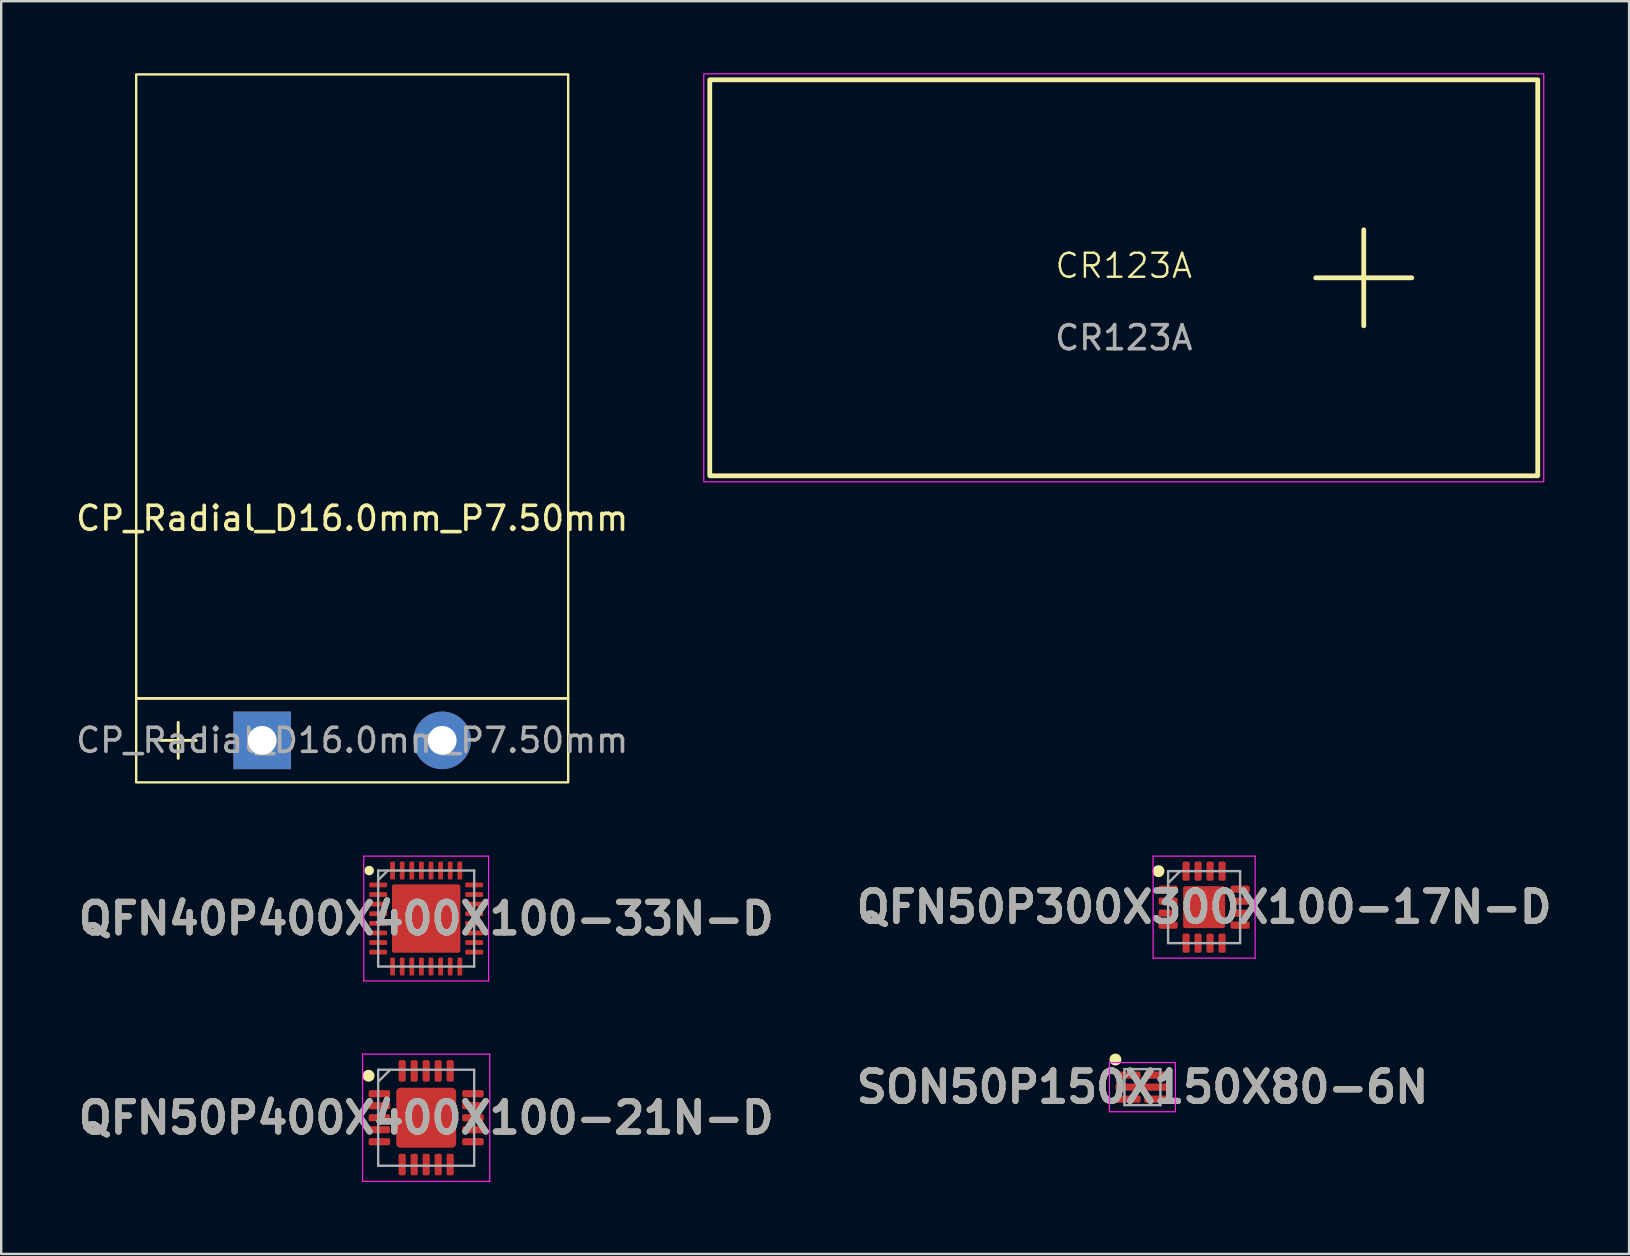
<source format=kicad_pcb>
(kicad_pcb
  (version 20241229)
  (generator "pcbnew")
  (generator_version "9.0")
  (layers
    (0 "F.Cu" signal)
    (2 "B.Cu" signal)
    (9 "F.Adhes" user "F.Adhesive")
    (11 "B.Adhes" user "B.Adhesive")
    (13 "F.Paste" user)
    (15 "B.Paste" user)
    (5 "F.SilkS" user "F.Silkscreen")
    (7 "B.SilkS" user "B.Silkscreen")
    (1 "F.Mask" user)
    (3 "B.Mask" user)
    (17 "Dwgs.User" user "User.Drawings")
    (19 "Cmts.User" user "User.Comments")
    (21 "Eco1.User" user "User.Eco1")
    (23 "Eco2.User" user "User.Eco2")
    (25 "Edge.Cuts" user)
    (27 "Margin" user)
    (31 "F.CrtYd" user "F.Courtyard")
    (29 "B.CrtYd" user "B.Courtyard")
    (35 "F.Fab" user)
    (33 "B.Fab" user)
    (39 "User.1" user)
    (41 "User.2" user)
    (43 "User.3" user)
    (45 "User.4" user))
  (footprint "CR123A"
    (layer "F.Cu")
    (at 43.775 8.525)
    (property "Reference" "CR123A" (at 0 -0.5 0) (unlocked yes) (layer "F.SilkS") (effects (font (size 1 1) (thickness 0.1))))
    (attr smd)
    (fp_line (start 10 -2) (end 10 2) (stroke (width 0.2) (type solid)) (layer "F.SilkS"))
    (fp_line (start 12 0) (end 8 0) (stroke (width 0.2) (type solid)) (layer "F.SilkS"))
    (fp_rect (start -17.25 -8.25) (end 17.25 8.25) (stroke (width 0.2) (type solid)) (fill no) (layer "F.SilkS"))
    (fp_rect (start -17.5 -8.5) (end 17.5 8.5) (stroke (width 0.05) (type default)) (fill no) (layer "F.CrtYd"))
    (fp_text user "${REFERENCE}" (at 0 2.5 0) (unlocked yes) (layer "F.Fab") (effects (font (size 1 1) (thickness 0.15)))))
  (footprint "QFN50P300X300X100-17N-D"
    (layer "F.Cu")
    (at 47.123 34.75)
    (property "Reference" "QFN50P300X300X100-17N-D" (at 0 0 0) (layer "F.SilkS") (effects (font (size 1.27 1.27) (thickness 0.254))))
    (attr smd)
    (fp_circle (center -1.9 -1.5) (end -1.9 -1.375) (stroke (width 0.25) (type solid)) (fill no) (layer "F.SilkS"))
    (fp_line (start -2.125 -2.125) (end 2.125 -2.125) (stroke (width 0.05) (type solid)) (layer "F.CrtYd"))
    (fp_line (start -2.125 2.125) (end -2.125 -2.125) (stroke (width 0.05) (type solid)) (layer "F.CrtYd"))
    (fp_line (start 2.125 -2.125) (end 2.125 2.125) (stroke (width 0.05) (type solid)) (layer "F.CrtYd"))
    (fp_line (start 2.125 2.125) (end -2.125 2.125) (stroke (width 0.05) (type solid)) (layer "F.CrtYd"))
    (fp_line (start -1.5 -1.5) (end 1.5 -1.5) (stroke (width 0.1) (type solid)) (layer "F.Fab"))
    (fp_line (start -1.5 -1) (end -1 -1.5) (stroke (width 0.1) (type solid)) (layer "F.Fab"))
    (fp_line (start -1.5 1.5) (end -1.5 -1.5) (stroke (width 0.1) (type solid)) (layer "F.Fab"))
    (fp_line (start 1.5 -1.5) (end 1.5 1.5) (stroke (width 0.1) (type solid)) (layer "F.Fab"))
    (fp_line (start 1.5 1.5) (end -1.5 1.5) (stroke (width 0.1) (type solid)) (layer "F.Fab"))
    (fp_text user "${REFERENCE}" (at 0 0 0) (layer "F.Fab") (effects (font (size 1.27 1.27) (thickness 0.254))))
    (pad "1" smd roundrect (at -1.5 -0.75 90) (size 0.3 0.8) (layers "F.Cu" "F.Mask" "F.Paste") (roundrect_rratio 0.25))
    (pad "2" smd roundrect (at -1.5 -0.25 90) (size 0.3 0.8) (layers "F.Cu" "F.Mask" "F.Paste") (roundrect_rratio 0.25))
    (pad "3" smd roundrect (at -1.5 0.25 90) (size 0.3 0.8) (layers "F.Cu" "F.Mask" "F.Paste") (roundrect_rratio 0.25))
    (pad "4" smd roundrect (at -1.5 0.75 90) (size 0.3 0.8) (layers "F.Cu" "F.Mask" "F.Paste") (roundrect_rratio 0.25))
    (pad "5" smd roundrect (at -0.75 1.5) (size 0.3 0.8) (layers "F.Cu" "F.Mask" "F.Paste") (roundrect_rratio 0.25))
    (pad "6" smd roundrect (at -0.25 1.5) (size 0.3 0.8) (layers "F.Cu" "F.Mask" "F.Paste") (roundrect_rratio 0.25))
    (pad "7" smd roundrect (at 0.25 1.5) (size 0.3 0.8) (layers "F.Cu" "F.Mask" "F.Paste") (roundrect_rratio 0.25))
    (pad "8" smd roundrect (at 0.75 1.5) (size 0.3 0.8) (layers "F.Cu" "F.Mask" "F.Paste") (roundrect_rratio 0.25))
    (pad "9" smd roundrect (at 1.5 0.75 90) (size 0.3 0.8) (layers "F.Cu" "F.Mask" "F.Paste") (roundrect_rratio 0.25))
    (pad "10" smd roundrect (at 1.5 0.25 90) (size 0.3 0.8) (layers "F.Cu" "F.Mask" "F.Paste") (roundrect_rratio 0.25))
    (pad "11" smd roundrect (at 1.5 -0.25 90) (size 0.3 0.8) (layers "F.Cu" "F.Mask" "F.Paste") (roundrect_rratio 0.25))
    (pad "12" smd roundrect (at 1.5 -0.75 90) (size 0.3 0.8) (layers "F.Cu" "F.Mask" "F.Paste") (roundrect_rratio 0.25))
    (pad "13" smd roundrect (at 0.75 -1.5) (size 0.3 0.8) (layers "F.Cu" "F.Mask" "F.Paste") (roundrect_rratio 0.25))
    (pad "14" smd roundrect (at 0.25 -1.5) (size 0.3 0.8) (layers "F.Cu" "F.Mask" "F.Paste") (roundrect_rratio 0.25))
    (pad "15" smd roundrect (at -0.25 -1.5) (size 0.3 0.8) (layers "F.Cu" "F.Mask" "F.Paste") (roundrect_rratio 0.25))
    (pad "16" smd roundrect (at -0.75 -1.5) (size 0.3 0.8) (layers "F.Cu" "F.Mask" "F.Paste") (roundrect_rratio 0.25))
    (pad "17" smd roundrect (at 0 0) (size 1.75 1.75) (layers "F.Cu" "F.Mask" "F.Paste") (roundrect_rratio 0.05)))
  (footprint "CP_Radial_D16.0mm_P7.50mm"
    (layer "F.Cu")
    (at 7.875 27.8)
    (property "Reference" "CP_Radial_D16.0mm_P7.50mm" (at 3.75 -9.25 0) (layer "F.SilkS") (effects (font (size 1 1) (thickness 0.15))))
    (attr through_hole)
    (fp_line (start -4.25 0) (end -2.75 0) (stroke (width 0.12) (type solid)) (layer "F.SilkS"))
    (fp_line (start -3.5 -0.75) (end -3.5 0.75) (stroke (width 0.12) (type solid)) (layer "F.SilkS"))
    (fp_rect (start -5.25 -27.75) (end 12.75 -1.75) (stroke (width 0.1) (type default)) (fill no) (layer "F.SilkS"))
    (fp_rect (start -5.25 -1.75) (end 12.75 1.75) (stroke (width 0.1) (type default)) (fill no) (layer "F.SilkS"))
    (fp_text user "${REFERENCE}" (at 3.75 0 0) (layer "F.Fab") (effects (font (size 1 1) (thickness 0.15))))
    (pad "1" thru_hole rect (at 0 0) (size 2.4 2.4) (drill 1.2) (layers "*.Cu" "*.Mask"))
    (pad "2" thru_hole circle (at 7.5 0) (size 2.4 2.4) (drill 1.2) (layers "*.Cu" "*.Mask")))
  (footprint "SON50P150X150X80-6N"
    (layer "F.Cu")
    (at 44.553 42.25)
    (property "Reference" "SON50P150X150X80-6N" (at 0 0 0) (layer "F.SilkS") (effects (font (size 1.27 1.27) (thickness 0.254))))
    (attr smd)
    (fp_circle (center -1.125 -1.15) (end -1.125 -1.025) (stroke (width 0.25) (type solid)) (fill no) (layer "F.SilkS"))
    (fp_line (start -1.375 -1.025) (end 1.375 -1.025) (stroke (width 0.05) (type solid)) (layer "F.CrtYd"))
    (fp_line (start -1.375 1.025) (end -1.375 -1.025) (stroke (width 0.05) (type solid)) (layer "F.CrtYd"))
    (fp_line (start 1.375 -1.025) (end 1.375 1.025) (stroke (width 0.05) (type solid)) (layer "F.CrtYd"))
    (fp_line (start 1.375 1.025) (end -1.375 1.025) (stroke (width 0.05) (type solid)) (layer "F.CrtYd"))
    (fp_line (start -0.75 -0.75) (end 0.75 -0.75) (stroke (width 0.1) (type solid)) (layer "F.Fab"))
    (fp_line (start -0.75 -0.375) (end -0.375 -0.75) (stroke (width 0.1) (type solid)) (layer "F.Fab"))
    (fp_line (start -0.75 0.75) (end -0.75 -0.75) (stroke (width 0.1) (type solid)) (layer "F.Fab"))
    (fp_line (start 0.75 -0.75) (end 0.75 0.75) (stroke (width 0.1) (type solid)) (layer "F.Fab"))
    (fp_line (start 0.75 0.75) (end -0.75 0.75) (stroke (width 0.1) (type solid)) (layer "F.Fab"))
    (fp_text user "${REFERENCE}" (at 0 0 0) (layer "F.Fab") (effects (font (size 1.27 1.27) (thickness 0.254))))
    (pad "1" smd roundrect (at -0.6 -0.5 90) (size 0.3 1.05) (layers "F.Cu" "F.Mask" "F.Paste") (roundrect_rratio 0.25))
    (pad "2" smd roundrect (at -0.6 0 90) (size 0.3 1.05) (layers "F.Cu" "F.Mask" "F.Paste") (roundrect_rratio 0.25))
    (pad "3" smd roundrect (at -0.6 0.5 90) (size 0.3 1.05) (layers "F.Cu" "F.Mask" "F.Paste") (roundrect_rratio 0.25))
    (pad "4" smd roundrect (at 0.6 0.5 90) (size 0.3 1.05) (layers "F.Cu" "F.Mask" "F.Paste") (roundrect_rratio 0.25))
    (pad "5" smd roundrect (at 0.6 0 90) (size 0.3 1.05) (layers "F.Cu" "F.Mask" "F.Paste") (roundrect_rratio 0.25))
    (pad "6" smd roundrect (at 0.6 -0.5 90) (size 0.3 1.05) (layers "F.Cu" "F.Mask" "F.Paste") (roundrect_rratio 0.25)))
  (footprint "QFN50P400X400X100-21N-D"
    (layer "F.Cu")
    (at 14.708 43.525)
    (property "Reference" "QFN50P400X400X100-21N-D" (at 0 0 0) (layer "F.SilkS") (effects (font (size 1.27 1.27) (thickness 0.254))))
    (attr smd)
    (fp_circle (center -2.4 -1.75) (end -2.4 -1.625) (stroke (width 0.25) (type solid)) (fill no) (layer "F.SilkS"))
    (fp_line (start -2.65 -2.65) (end 2.65 -2.65) (stroke (width 0.05) (type solid)) (layer "F.CrtYd"))
    (fp_line (start -2.65 2.65) (end -2.65 -2.65) (stroke (width 0.05) (type solid)) (layer "F.CrtYd"))
    (fp_line (start 2.65 -2.65) (end 2.65 2.65) (stroke (width 0.05) (type solid)) (layer "F.CrtYd"))
    (fp_line (start 2.65 2.65) (end -2.65 2.65) (stroke (width 0.05) (type solid)) (layer "F.CrtYd"))
    (fp_line (start -2 -2) (end 2 -2) (stroke (width 0.1) (type solid)) (layer "F.Fab"))
    (fp_line (start -2 -1.5) (end -1.5 -2) (stroke (width 0.1) (type solid)) (layer "F.Fab"))
    (fp_line (start -2 2) (end -2 -2) (stroke (width 0.1) (type solid)) (layer "F.Fab"))
    (fp_line (start 2 -2) (end 2 2) (stroke (width 0.1) (type solid)) (layer "F.Fab"))
    (fp_line (start 2 2) (end -2 2) (stroke (width 0.1) (type solid)) (layer "F.Fab"))
    (fp_text user "${REFERENCE}" (at 0 0 0) (layer "F.Fab") (effects (font (size 1.27 1.27) (thickness 0.254))))
    (pad "1" smd roundrect (at -1.95 -1 90) (size 0.3 0.9) (layers "F.Cu" "F.Mask" "F.Paste") (roundrect_rratio 0.25))
    (pad "2" smd roundrect (at -1.95 -0.5 90) (size 0.3 0.9) (layers "F.Cu" "F.Mask" "F.Paste") (roundrect_rratio 0.25))
    (pad "3" smd roundrect (at -1.95 0 90) (size 0.3 0.9) (layers "F.Cu" "F.Mask" "F.Paste") (roundrect_rratio 0.25))
    (pad "4" smd roundrect (at -1.95 0.5 90) (size 0.3 0.9) (layers "F.Cu" "F.Mask" "F.Paste") (roundrect_rratio 0.25))
    (pad "5" smd roundrect (at -1.95 1 90) (size 0.3 0.9) (layers "F.Cu" "F.Mask" "F.Paste") (roundrect_rratio 0.25))
    (pad "6" smd roundrect (at -1 1.95) (size 0.3 0.9) (layers "F.Cu" "F.Mask" "F.Paste") (roundrect_rratio 0.25))
    (pad "7" smd roundrect (at -0.5 1.95) (size 0.3 0.9) (layers "F.Cu" "F.Mask" "F.Paste") (roundrect_rratio 0.25))
    (pad "8" smd roundrect (at 0 1.95) (size 0.3 0.9) (layers "F.Cu" "F.Mask" "F.Paste") (roundrect_rratio 0.25))
    (pad "9" smd roundrect (at 0.5 1.95) (size 0.3 0.9) (layers "F.Cu" "F.Mask" "F.Paste") (roundrect_rratio 0.25))
    (pad "10" smd roundrect (at 1 1.95) (size 0.3 0.9) (layers "F.Cu" "F.Mask" "F.Paste") (roundrect_rratio 0.25))
    (pad "11" smd roundrect (at 1.95 1 90) (size 0.3 0.9) (layers "F.Cu" "F.Mask" "F.Paste") (roundrect_rratio 0.25))
    (pad "12" smd roundrect (at 1.95 0.5 90) (size 0.3 0.9) (layers "F.Cu" "F.Mask" "F.Paste") (roundrect_rratio 0.25))
    (pad "13" smd roundrect (at 1.95 0 90) (size 0.3 0.9) (layers "F.Cu" "F.Mask" "F.Paste") (roundrect_rratio 0.25))
    (pad "14" smd roundrect (at 1.95 -0.5 90) (size 0.3 0.9) (layers "F.Cu" "F.Mask" "F.Paste") (roundrect_rratio 0.25))
    (pad "15" smd roundrect (at 1.95 -1 90) (size 0.3 0.9) (layers "F.Cu" "F.Mask" "F.Paste") (roundrect_rratio 0.25))
    (pad "16" smd roundrect (at 1 -1.95) (size 0.3 0.9) (layers "F.Cu" "F.Mask" "F.Paste") (roundrect_rratio 0.25))
    (pad "17" smd roundrect (at 0.5 -1.95) (size 0.3 0.9) (layers "F.Cu" "F.Mask" "F.Paste") (roundrect_rratio 0.25))
    (pad "18" smd roundrect (at 0 -1.95) (size 0.3 0.9) (layers "F.Cu" "F.Mask" "F.Paste") (roundrect_rratio 0.25))
    (pad "19" smd roundrect (at -0.5 -1.95) (size 0.3 0.9) (layers "F.Cu" "F.Mask" "F.Paste") (roundrect_rratio 0.25))
    (pad "20" smd roundrect (at -1 -1.95) (size 0.3 0.9) (layers "F.Cu" "F.Mask" "F.Paste") (roundrect_rratio 0.25))
    (pad "21" smd roundrect (at 0 0) (size 2.5 2.5) (layers "F.Cu" "F.Mask" "F.Paste") (roundrect_rratio 0.07)))
  (footprint "QFN40P400X400X100-33N-D"
    (layer "F.Cu")
    (at 14.708 35.225)
    (property "Reference" "QFN40P400X400X100-33N-D" (at 0 0 0) (layer "F.SilkS") (effects (font (size 1.27 1.27) (thickness 0.254))))
    (attr smd)
    (fp_circle (center -2.375 -2) (end -2.375 -1.9) (stroke (width 0.2) (type solid)) (fill no) (layer "F.SilkS"))
    (fp_line (start -2.6 -2.6) (end 2.6 -2.6) (stroke (width 0.05) (type solid)) (layer "F.CrtYd"))
    (fp_line (start -2.6 2.6) (end -2.6 -2.6) (stroke (width 0.05) (type solid)) (layer "F.CrtYd"))
    (fp_line (start 2.6 -2.6) (end 2.6 2.6) (stroke (width 0.05) (type solid)) (layer "F.CrtYd"))
    (fp_line (start 2.6 2.6) (end -2.6 2.6) (stroke (width 0.05) (type solid)) (layer "F.CrtYd"))
    (fp_line (start -2 -2) (end 2 -2) (stroke (width 0.1) (type solid)) (layer "F.Fab"))
    (fp_line (start -2 -1.6) (end -1.6 -2) (stroke (width 0.1) (type solid)) (layer "F.Fab"))
    (fp_line (start -2 2) (end -2 -2) (stroke (width 0.1) (type solid)) (layer "F.Fab"))
    (fp_line (start 2 -2) (end 2 2) (stroke (width 0.1) (type solid)) (layer "F.Fab"))
    (fp_line (start 2 2) (end -2 2) (stroke (width 0.1) (type solid)) (layer "F.Fab"))
    (fp_text user "${REFERENCE}" (at 0 0 0) (layer "F.Fab") (effects (font (size 1.27 1.27) (thickness 0.254))))
    (pad "1" smd roundrect (at -2 -1.4 90) (size 0.2 0.75) (layers "F.Cu" "F.Mask" "F.Paste") (roundrect_rratio 0.25))
    (pad "2" smd roundrect (at -2 -1 90) (size 0.2 0.75) (layers "F.Cu" "F.Mask" "F.Paste") (roundrect_rratio 0.25))
    (pad "3" smd roundrect (at -2 -0.6 90) (size 0.2 0.75) (layers "F.Cu" "F.Mask" "F.Paste") (roundrect_rratio 0.25))
    (pad "4" smd roundrect (at -2 -0.2 90) (size 0.2 0.75) (layers "F.Cu" "F.Mask" "F.Paste") (roundrect_rratio 0.25))
    (pad "5" smd roundrect (at -2 0.2 90) (size 0.2 0.75) (layers "F.Cu" "F.Mask" "F.Paste") (roundrect_rratio 0.25))
    (pad "6" smd roundrect (at -2 0.6 90) (size 0.2 0.75) (layers "F.Cu" "F.Mask" "F.Paste") (roundrect_rratio 0.25))
    (pad "7" smd roundrect (at -2 1 90) (size 0.2 0.75) (layers "F.Cu" "F.Mask" "F.Paste") (roundrect_rratio 0.25))
    (pad "8" smd roundrect (at -2 1.4 90) (size 0.2 0.75) (layers "F.Cu" "F.Mask" "F.Paste") (roundrect_rratio 0.25))
    (pad "9" smd roundrect (at -1.4 2) (size 0.2 0.75) (layers "F.Cu" "F.Mask" "F.Paste") (roundrect_rratio 0.25))
    (pad "10" smd roundrect (at -1 2) (size 0.2 0.75) (layers "F.Cu" "F.Mask" "F.Paste") (roundrect_rratio 0.25))
    (pad "11" smd roundrect (at -0.6 2) (size 0.2 0.75) (layers "F.Cu" "F.Mask" "F.Paste") (roundrect_rratio 0.25))
    (pad "12" smd roundrect (at -0.2 2) (size 0.2 0.75) (layers "F.Cu" "F.Mask" "F.Paste") (roundrect_rratio 0.25))
    (pad "13" smd roundrect (at 0.2 2) (size 0.2 0.75) (layers "F.Cu" "F.Mask" "F.Paste") (roundrect_rratio 0.25))
    (pad "14" smd roundrect (at 0.6 2) (size 0.2 0.75) (layers "F.Cu" "F.Mask" "F.Paste") (roundrect_rratio 0.25))
    (pad "15" smd roundrect (at 1 2) (size 0.2 0.75) (layers "F.Cu" "F.Mask" "F.Paste") (roundrect_rratio 0.25))
    (pad "16" smd roundrect (at 1.4 2) (size 0.2 0.75) (layers "F.Cu" "F.Mask" "F.Paste") (roundrect_rratio 0.25))
    (pad "17" smd roundrect (at 2 1.4 90) (size 0.2 0.75) (layers "F.Cu" "F.Mask" "F.Paste") (roundrect_rratio 0.25))
    (pad "18" smd roundrect (at 2 1 90) (size 0.2 0.75) (layers "F.Cu" "F.Mask" "F.Paste") (roundrect_rratio 0.25))
    (pad "19" smd roundrect (at 2 0.6 90) (size 0.2 0.75) (layers "F.Cu" "F.Mask" "F.Paste") (roundrect_rratio 0.25))
    (pad "20" smd roundrect (at 2 0.2 90) (size 0.2 0.75) (layers "F.Cu" "F.Mask" "F.Paste") (roundrect_rratio 0.25))
    (pad "21" smd roundrect (at 2 -0.2 90) (size 0.2 0.75) (layers "F.Cu" "F.Mask" "F.Paste") (roundrect_rratio 0.25))
    (pad "22" smd roundrect (at 2 -0.6 90) (size 0.2 0.75) (layers "F.Cu" "F.Mask" "F.Paste") (roundrect_rratio 0.25))
    (pad "23" smd roundrect (at 2 -1 90) (size 0.2 0.75) (layers "F.Cu" "F.Mask" "F.Paste") (roundrect_rratio 0.25))
    (pad "24" smd roundrect (at 2 -1.4 90) (size 0.2 0.75) (layers "F.Cu" "F.Mask" "F.Paste") (roundrect_rratio 0.25))
    (pad "25" smd roundrect (at 1.4 -2) (size 0.2 0.75) (layers "F.Cu" "F.Mask" "F.Paste") (roundrect_rratio 0.25))
    (pad "26" smd roundrect (at 1 -2) (size 0.2 0.75) (layers "F.Cu" "F.Mask" "F.Paste") (roundrect_rratio 0.25))
    (pad "27" smd roundrect (at 0.6 -2) (size 0.2 0.75) (layers "F.Cu" "F.Mask" "F.Paste") (roundrect_rratio 0.25))
    (pad "28" smd roundrect (at 0.2 -2) (size 0.2 0.75) (layers "F.Cu" "F.Mask" "F.Paste") (roundrect_rratio 0.25))
    (pad "29" smd roundrect (at -0.2 -2) (size 0.2 0.75) (layers "F.Cu" "F.Mask" "F.Paste") (roundrect_rratio 0.25))
    (pad "30" smd roundrect (at -0.6 -2) (size 0.2 0.75) (layers "F.Cu" "F.Mask" "F.Paste") (roundrect_rratio 0.25))
    (pad "31" smd roundrect (at -1 -2) (size 0.2 0.75) (layers "F.Cu" "F.Mask" "F.Paste") (roundrect_rratio 0.25))
    (pad "32" smd roundrect (at -1.4 -2) (size 0.2 0.75) (layers "F.Cu" "F.Mask" "F.Paste") (roundrect_rratio 0.25))
    (pad "33" smd roundrect (at 0 0) (size 2.85 2.85) (layers "F.Cu" "F.Mask" "F.Paste") (roundrect_rratio 0.03)))
  (gr_rect
    (start -3 -3)
    (end 64.831 49.2)
    (stroke (width 0.1) (type default))
    (fill no)
    (layer "Edge.Cuts")))
</source>
